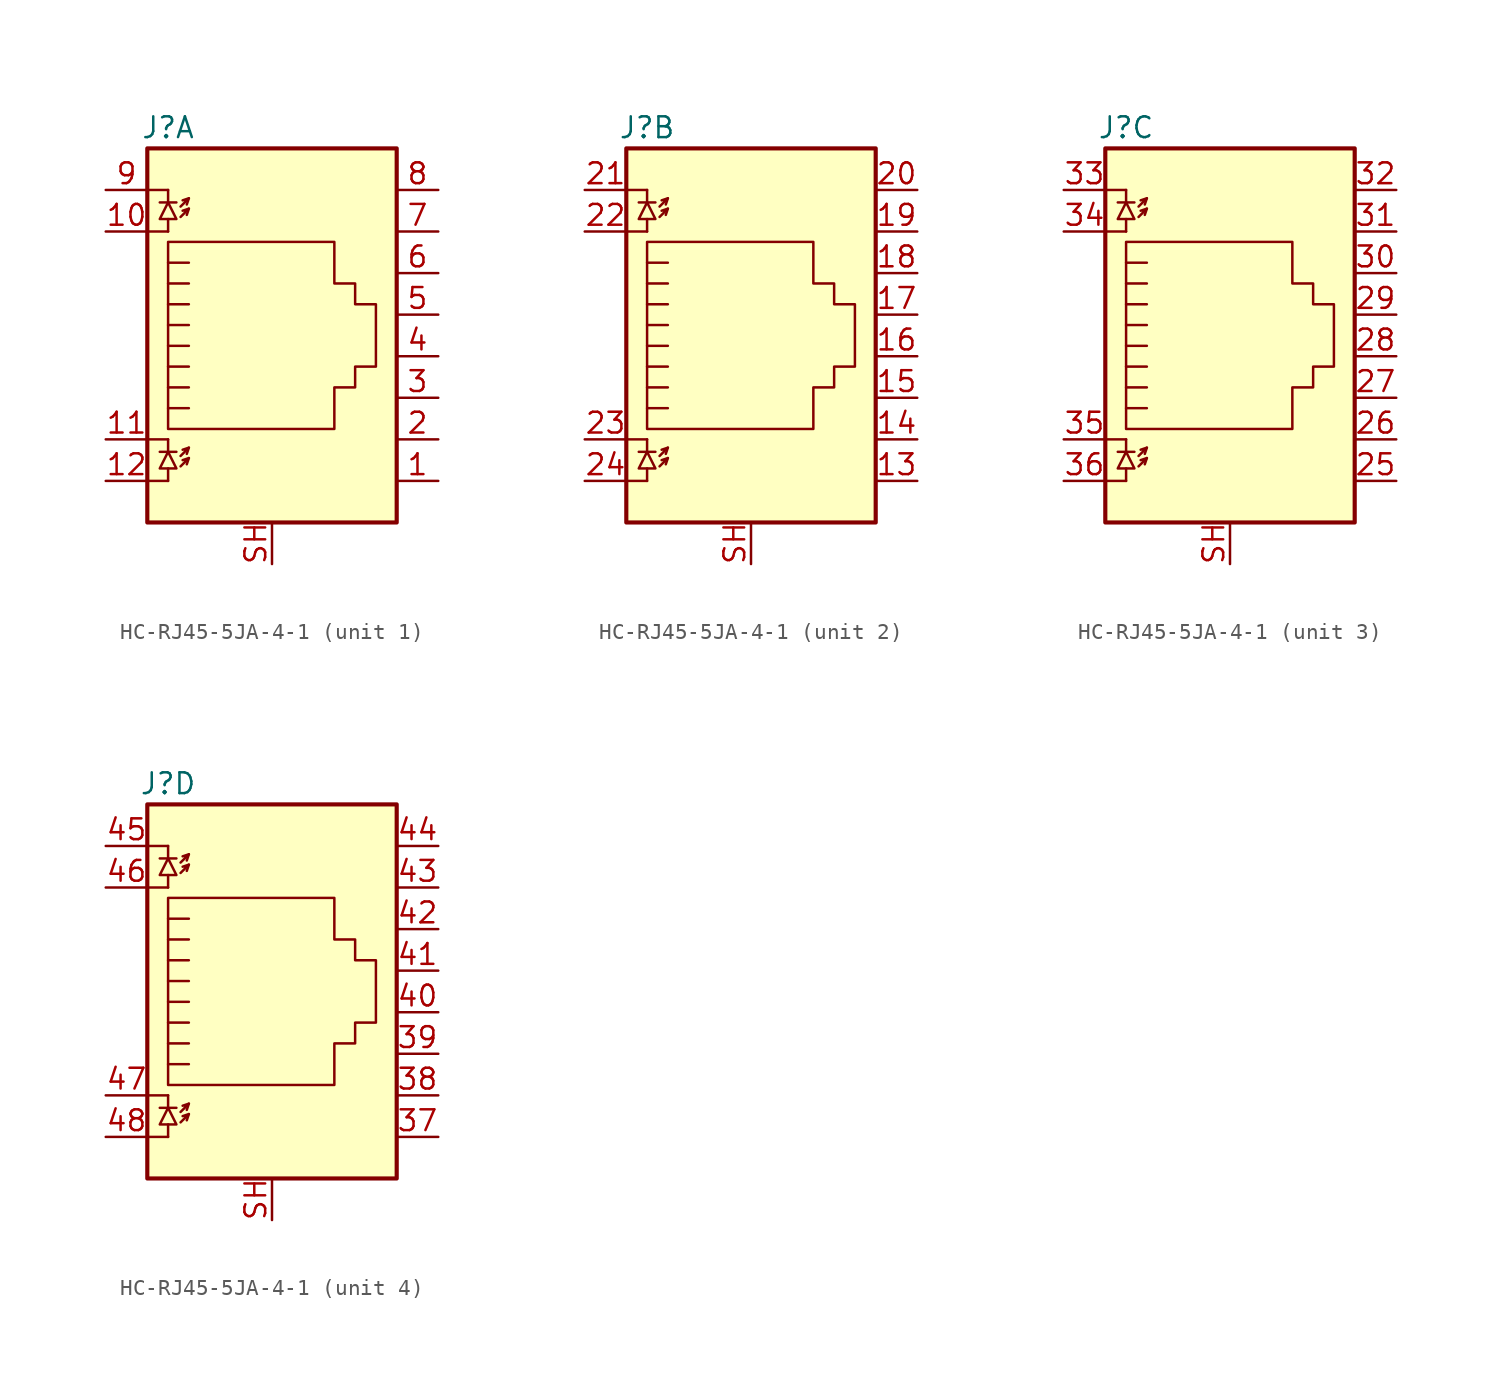
<source format=kicad_sym>
(kicad_symbol_lib
  (version 20220914)
  (generator kicad_symbol_editor)
  (symbol "HC-RJ45-5JA-4-1"
    (property "Reference" "J"
      (at -6.35 12.7 0)
      (effects (font (size 1.27 1.27))))
    (property "Value" ""
      (at 0 0 0)
      (effects (font (size 1.27 1.27))))
    (symbol "HC-RJ45-5JA-4-1_0_1"
      (rectangle (start -7.62 11.43) (end 7.62 -11.43) (stroke (width 0.254) (type default)) (fill (type background)))
      (polyline (pts (xy -7.62 -8.89) (xy -6.35 -8.89)) (stroke (width 0) (type default)) (fill (type none)))
      (polyline (pts (xy -7.62 -6.35) (xy -6.35 -6.35)) (stroke (width 0) (type default)) (fill (type none)))
      (polyline (pts (xy -7.62 6.35) (xy -6.35 6.35)) (stroke (width 0) (type default)) (fill (type none)))
      (polyline (pts (xy -7.62 8.89) (xy -6.35 8.89)) (stroke (width 0) (type default)) (fill (type none)))
      (polyline (pts (xy -6.858 -7.112) (xy -5.842 -7.112)) (stroke (width 0) (type default)) (fill (type none)))
      (polyline (pts (xy -6.858 8.128) (xy -5.842 8.128)) (stroke (width 0) (type default)) (fill (type none)))
      (polyline (pts (xy -6.35 -8.89) (xy -6.35 -8.128)) (stroke (width 0) (type default)) (fill (type none)))
      (polyline (pts (xy -6.35 -6.35) (xy -6.35 -7.112)) (stroke (width 0) (type default)) (fill (type none)))
      (polyline (pts (xy -6.35 6.35) (xy -6.35 7.112)) (stroke (width 0) (type default)) (fill (type none)))
      (polyline (pts (xy -6.35 8.89) (xy -6.35 8.128)) (stroke (width 0) (type default)) (fill (type none)))
      (polyline (pts (xy -5.08 -7.493) (xy -5.207 -7.874)) (stroke (width 0) (type default)) (fill (type none)))
      (polyline (pts (xy -5.08 -6.858) (xy -5.207 -7.239)) (stroke (width 0) (type default)) (fill (type none)))
      (polyline (pts (xy -5.08 3.175) (xy -6.35 3.175)) (stroke (width 0) (type default)) (fill (type none)))
      (polyline (pts (xy -5.08 4.445) (xy -6.35 4.445)) (stroke (width 0) (type default)) (fill (type none)))
      (polyline (pts (xy -5.08 7.747) (xy -5.207 7.366)) (stroke (width 0) (type default)) (fill (type none)))
      (polyline (pts (xy -5.08 8.382) (xy -5.207 8.001)) (stroke (width 0) (type default)) (fill (type none)))
      (polyline (pts (xy -6.35 -4.445) (xy -5.08 -4.445) (xy -5.08 -4.445)) (stroke (width 0) (type default)) (fill (type none)))
      (polyline (pts (xy -6.35 -3.175) (xy -5.08 -3.175) (xy -5.08 -3.175)) (stroke (width 0) (type default)) (fill (type none)))
      (polyline (pts (xy -6.35 -1.905) (xy -5.08 -1.905) (xy -5.08 -1.905)) (stroke (width 0) (type default)) (fill (type none)))
      (polyline (pts (xy -6.35 -0.635) (xy -5.08 -0.635) (xy -5.08 -0.635)) (stroke (width 0) (type default)) (fill (type none)))
      (polyline (pts (xy -6.35 0.635) (xy -5.08 0.635) (xy -5.08 0.635)) (stroke (width 0) (type default)) (fill (type none)))
      (polyline (pts (xy -5.588 -8.001) (xy -5.08 -7.493) (xy -5.461 -7.62)) (stroke (width 0) (type default)) (fill (type none)))
      (polyline (pts (xy -5.588 -7.366) (xy -5.08 -6.858) (xy -5.461 -6.985)) (stroke (width 0) (type default)) (fill (type none)))
      (polyline (pts (xy -5.588 7.239) (xy -5.08 7.747) (xy -5.461 7.62)) (stroke (width 0) (type default)) (fill (type none)))
      (polyline (pts (xy -5.588 7.874) (xy -5.08 8.382) (xy -5.461 8.255)) (stroke (width 0) (type default)) (fill (type none)))
      (polyline (pts (xy -5.08 1.905) (xy -6.35 1.905) (xy -6.35 1.905)) (stroke (width 0) (type default)) (fill (type none)))
      (polyline (pts (xy -6.35 -7.112) (xy -6.858 -8.128) (xy -5.842 -8.128) (xy -6.35 -7.112)) (stroke (width 0) (type default)) (fill (type none)))
      (polyline (pts (xy -6.35 8.128) (xy -6.858 7.112) (xy -5.842 7.112) (xy -6.35 8.128)) (stroke (width 0) (type default)) (fill (type none)))
      (polyline (pts (xy -6.35 -5.715) (xy -6.35 5.715) (xy 3.81 5.715) (xy 3.81 3.175) (xy 5.08 3.175) (xy 5.08 1.905) (xy 6.35 1.905) (xy 6.35 -1.905) (xy 5.08 -1.905) (xy 5.08 -3.175) (xy 3.81 -3.175) (xy 3.81 -5.715) (xy -6.35 -5.715) (xy -6.35 -5.715)) (stroke (width 0) (type default)) (fill (type none)))
      (pin passive line (at 0 -13.97 90) (length 2.54) (name "~" (effects (font (size 1.27 1.27)))) (number "SH" (effects (font (size 1.27 1.27))))))
    (symbol "HC-RJ45-5JA-4-1_1_1"
      (pin passive line (at 10.16 -8.89 180) (length 2.54) (name "~" (effects (font (size 1.27 1.27)))) (number "1" (effects (font (size 1.27 1.27)))))
      (pin passive line (at -10.16 6.35 0) (length 2.54) (name "~" (effects (font (size 1.27 1.27)))) (number "10" (effects (font (size 1.27 1.27)))))
      (pin passive line (at -10.16 -6.35 0) (length 2.54) (name "~" (effects (font (size 1.27 1.27)))) (number "11" (effects (font (size 1.27 1.27)))))
      (pin passive line (at -10.16 -8.89 0) (length 2.54) (name "~" (effects (font (size 1.27 1.27)))) (number "12" (effects (font (size 1.27 1.27)))))
      (pin passive line (at 10.16 -6.35 180) (length 2.54) (name "~" (effects (font (size 1.27 1.27)))) (number "2" (effects (font (size 1.27 1.27)))))
      (pin passive line (at 10.16 -3.81 180) (length 2.54) (name "~" (effects (font (size 1.27 1.27)))) (number "3" (effects (font (size 1.27 1.27)))))
      (pin passive line (at 10.16 -1.27 180) (length 2.54) (name "~" (effects (font (size 1.27 1.27)))) (number "4" (effects (font (size 1.27 1.27)))))
      (pin passive line (at 10.16 1.27 180) (length 2.54) (name "~" (effects (font (size 1.27 1.27)))) (number "5" (effects (font (size 1.27 1.27)))))
      (pin passive line (at 10.16 3.81 180) (length 2.54) (name "~" (effects (font (size 1.27 1.27)))) (number "6" (effects (font (size 1.27 1.27)))))
      (pin passive line (at 10.16 6.35 180) (length 2.54) (name "~" (effects (font (size 1.27 1.27)))) (number "7" (effects (font (size 1.27 1.27)))))
      (pin passive line (at 10.16 8.89 180) (length 2.54) (name "~" (effects (font (size 1.27 1.27)))) (number "8" (effects (font (size 1.27 1.27)))))
      (pin passive line (at -10.16 8.89 0) (length 2.54) (name "~" (effects (font (size 1.27 1.27)))) (number "9" (effects (font (size 1.27 1.27))))))
    (symbol "HC-RJ45-5JA-4-1_2_1"
      (pin passive line (at 10.16 -8.89 180) (length 2.54) (name "~" (effects (font (size 1.27 1.27)))) (number "13" (effects (font (size 1.27 1.27)))))
      (pin passive line (at 10.16 -6.35 180) (length 2.54) (name "~" (effects (font (size 1.27 1.27)))) (number "14" (effects (font (size 1.27 1.27)))))
      (pin passive line (at 10.16 -3.81 180) (length 2.54) (name "~" (effects (font (size 1.27 1.27)))) (number "15" (effects (font (size 1.27 1.27)))))
      (pin passive line (at 10.16 -1.27 180) (length 2.54) (name "~" (effects (font (size 1.27 1.27)))) (number "16" (effects (font (size 1.27 1.27)))))
      (pin passive line (at 10.16 1.27 180) (length 2.54) (name "~" (effects (font (size 1.27 1.27)))) (number "17" (effects (font (size 1.27 1.27)))))
      (pin passive line (at 10.16 3.81 180) (length 2.54) (name "~" (effects (font (size 1.27 1.27)))) (number "18" (effects (font (size 1.27 1.27)))))
      (pin passive line (at 10.16 6.35 180) (length 2.54) (name "~" (effects (font (size 1.27 1.27)))) (number "19" (effects (font (size 1.27 1.27)))))
      (pin passive line (at 10.16 8.89 180) (length 2.54) (name "~" (effects (font (size 1.27 1.27)))) (number "20" (effects (font (size 1.27 1.27)))))
      (pin passive line (at -10.16 8.89 0) (length 2.54) (name "~" (effects (font (size 1.27 1.27)))) (number "21" (effects (font (size 1.27 1.27)))))
      (pin passive line (at -10.16 6.35 0) (length 2.54) (name "~" (effects (font (size 1.27 1.27)))) (number "22" (effects (font (size 1.27 1.27)))))
      (pin passive line (at -10.16 -6.35 0) (length 2.54) (name "~" (effects (font (size 1.27 1.27)))) (number "23" (effects (font (size 1.27 1.27)))))
      (pin passive line (at -10.16 -8.89 0) (length 2.54) (name "~" (effects (font (size 1.27 1.27)))) (number "24" (effects (font (size 1.27 1.27))))))
    (symbol "HC-RJ45-5JA-4-1_3_1"
      (pin passive line (at 10.16 -8.89 180) (length 2.54) (name "~" (effects (font (size 1.27 1.27)))) (number "25" (effects (font (size 1.27 1.27)))))
      (pin passive line (at 10.16 -6.35 180) (length 2.54) (name "~" (effects (font (size 1.27 1.27)))) (number "26" (effects (font (size 1.27 1.27)))))
      (pin passive line (at 10.16 -3.81 180) (length 2.54) (name "~" (effects (font (size 1.27 1.27)))) (number "27" (effects (font (size 1.27 1.27)))))
      (pin passive line (at 10.16 -1.27 180) (length 2.54) (name "~" (effects (font (size 1.27 1.27)))) (number "28" (effects (font (size 1.27 1.27)))))
      (pin passive line (at 10.16 1.27 180) (length 2.54) (name "~" (effects (font (size 1.27 1.27)))) (number "29" (effects (font (size 1.27 1.27)))))
      (pin passive line (at 10.16 3.81 180) (length 2.54) (name "~" (effects (font (size 1.27 1.27)))) (number "30" (effects (font (size 1.27 1.27)))))
      (pin passive line (at 10.16 6.35 180) (length 2.54) (name "~" (effects (font (size 1.27 1.27)))) (number "31" (effects (font (size 1.27 1.27)))))
      (pin passive line (at 10.16 8.89 180) (length 2.54) (name "~" (effects (font (size 1.27 1.27)))) (number "32" (effects (font (size 1.27 1.27)))))
      (pin passive line (at -10.16 8.89 0) (length 2.54) (name "~" (effects (font (size 1.27 1.27)))) (number "33" (effects (font (size 1.27 1.27)))))
      (pin passive line (at -10.16 6.35 0) (length 2.54) (name "~" (effects (font (size 1.27 1.27)))) (number "34" (effects (font (size 1.27 1.27)))))
      (pin passive line (at -10.16 -6.35 0) (length 2.54) (name "~" (effects (font (size 1.27 1.27)))) (number "35" (effects (font (size 1.27 1.27)))))
      (pin passive line (at -10.16 -8.89 0) (length 2.54) (name "~" (effects (font (size 1.27 1.27)))) (number "36" (effects (font (size 1.27 1.27))))))
    (symbol "HC-RJ45-5JA-4-1_4_1"
      (pin passive line (at 10.16 -8.89 180) (length 2.54) (name "~" (effects (font (size 1.27 1.27)))) (number "37" (effects (font (size 1.27 1.27)))))
      (pin passive line (at 10.16 -6.35 180) (length 2.54) (name "~" (effects (font (size 1.27 1.27)))) (number "38" (effects (font (size 1.27 1.27)))))
      (pin passive line (at 10.16 -3.81 180) (length 2.54) (name "~" (effects (font (size 1.27 1.27)))) (number "39" (effects (font (size 1.27 1.27)))))
      (pin passive line (at 10.16 -1.27 180) (length 2.54) (name "~" (effects (font (size 1.27 1.27)))) (number "40" (effects (font (size 1.27 1.27)))))
      (pin passive line (at 10.16 1.27 180) (length 2.54) (name "~" (effects (font (size 1.27 1.27)))) (number "41" (effects (font (size 1.27 1.27)))))
      (pin passive line (at 10.16 3.81 180) (length 2.54) (name "~" (effects (font (size 1.27 1.27)))) (number "42" (effects (font (size 1.27 1.27)))))
      (pin passive line (at 10.16 6.35 180) (length 2.54) (name "~" (effects (font (size 1.27 1.27)))) (number "43" (effects (font (size 1.27 1.27)))))
      (pin passive line (at 10.16 8.89 180) (length 2.54) (name "~" (effects (font (size 1.27 1.27)))) (number "44" (effects (font (size 1.27 1.27)))))
      (pin passive line (at -10.16 8.89 0) (length 2.54) (name "~" (effects (font (size 1.27 1.27)))) (number "45" (effects (font (size 1.27 1.27)))))
      (pin passive line (at -10.16 6.35 0) (length 2.54) (name "~" (effects (font (size 1.27 1.27)))) (number "46" (effects (font (size 1.27 1.27)))))
      (pin passive line (at -10.16 -6.35 0) (length 2.54) (name "~" (effects (font (size 1.27 1.27)))) (number "47" (effects (font (size 1.27 1.27)))))
      (pin passive line (at -10.16 -8.89 0) (length 2.54) (name "~" (effects (font (size 1.27 1.27)))) (number "48" (effects (font (size 1.27 1.27))))))))
</source>
